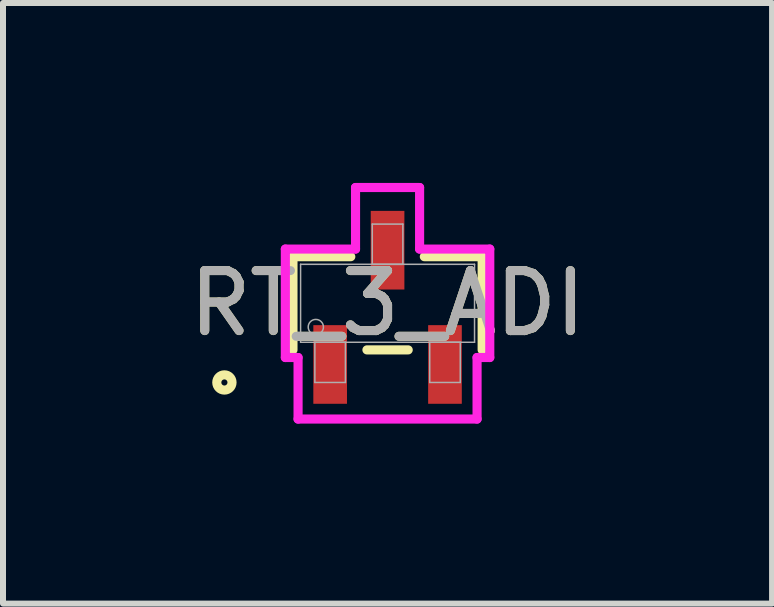
<source format=kicad_pcb>
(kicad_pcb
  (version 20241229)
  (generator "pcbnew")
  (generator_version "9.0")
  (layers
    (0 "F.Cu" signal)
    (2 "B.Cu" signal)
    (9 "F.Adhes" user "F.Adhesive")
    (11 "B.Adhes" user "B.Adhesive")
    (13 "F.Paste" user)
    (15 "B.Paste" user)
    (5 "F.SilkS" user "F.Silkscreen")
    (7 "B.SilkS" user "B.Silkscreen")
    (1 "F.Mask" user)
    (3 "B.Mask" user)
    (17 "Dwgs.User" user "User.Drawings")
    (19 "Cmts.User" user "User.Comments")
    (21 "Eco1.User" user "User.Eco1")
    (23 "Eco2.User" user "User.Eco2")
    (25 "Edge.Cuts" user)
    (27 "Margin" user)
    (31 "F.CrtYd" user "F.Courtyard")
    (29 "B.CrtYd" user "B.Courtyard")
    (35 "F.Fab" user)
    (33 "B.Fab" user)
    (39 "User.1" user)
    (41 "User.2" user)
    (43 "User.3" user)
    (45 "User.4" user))
  (footprint "RT_3_ADI"
    (layer "F.Cu")
    (at 3.411 2.006)
    (property "Reference" "RT_3_ADI" (at 0 0 0) (unlocked yes) (layer "F.SilkS") (effects (font (size 1 1) (thickness 0.15))))
    (attr smd)
    (fp_line (start -1.577 -0.777) (end -1.577 0.777) (stroke (width 0.152) (type solid)) (layer "F.SilkS"))
    (fp_line (start -0.613 -0.777) (end -1.577 -0.777) (stroke (width 0.152) (type solid)) (layer "F.SilkS"))
    (fp_line (start -0.344 0.777) (end 0.344 0.777) (stroke (width 0.152) (type solid)) (layer "F.SilkS"))
    (fp_line (start 1.577 -0.777) (end 0.613 -0.777) (stroke (width 0.152) (type solid)) (layer "F.SilkS"))
    (fp_line (start 1.577 0.777) (end 1.577 -0.777) (stroke (width 0.152) (type solid)) (layer "F.SilkS"))
    (fp_circle (center -2.72 1.32) (end -2.593 1.32) (stroke (width 0.152) (type solid)) (fill no) (layer "F.SilkS"))
    (fp_line (start -1.704 -0.904) (end -0.534 -0.904) (stroke (width 0.152) (type solid)) (layer "F.CrtYd"))
    (fp_line (start -1.704 0.904) (end -1.704 -0.904) (stroke (width 0.152) (type solid)) (layer "F.CrtYd"))
    (fp_line (start -1.704 0.904) (end -1.492 0.904) (stroke (width 0.152) (type solid)) (layer "F.CrtYd"))
    (fp_line (start -1.492 0.904) (end -1.492 1.93) (stroke (width 0.152) (type solid)) (layer "F.CrtYd"))
    (fp_line (start -1.492 1.93) (end 1.492 1.93) (stroke (width 0.152) (type solid)) (layer "F.CrtYd"))
    (fp_line (start -0.534 -1.93) (end 0.534 -1.93) (stroke (width 0.152) (type solid)) (layer "F.CrtYd"))
    (fp_line (start -0.534 -0.904) (end -0.534 -1.93) (stroke (width 0.152) (type solid)) (layer "F.CrtYd"))
    (fp_line (start 0.534 -0.904) (end 0.534 -1.93) (stroke (width 0.152) (type solid)) (layer "F.CrtYd"))
    (fp_line (start 1.492 0.904) (end 1.492 1.93) (stroke (width 0.152) (type solid)) (layer "F.CrtYd"))
    (fp_line (start 1.704 -0.904) (end 0.534 -0.904) (stroke (width 0.152) (type solid)) (layer "F.CrtYd"))
    (fp_line (start 1.704 -0.904) (end 1.704 0.904) (stroke (width 0.152) (type solid)) (layer "F.CrtYd"))
    (fp_line (start 1.704 0.904) (end 1.492 0.904) (stroke (width 0.152) (type solid)) (layer "F.CrtYd"))
    (fp_line (start -1.45 -0.65) (end -1.45 0.65) (stroke (width 0.025) (type solid)) (layer "F.Fab"))
    (fp_line (start -1.45 0.65) (end 1.45 0.65) (stroke (width 0.025) (type solid)) (layer "F.Fab"))
    (fp_line (start -1.212 0.65) (end -1.212 1.32) (stroke (width 0.025) (type solid)) (layer "F.Fab"))
    (fp_line (start -1.212 1.32) (end -0.703 1.32) (stroke (width 0.025) (type solid)) (layer "F.Fab"))
    (fp_line (start -0.703 0.65) (end -1.212 0.65) (stroke (width 0.025) (type solid)) (layer "F.Fab"))
    (fp_line (start -0.703 1.32) (end -0.703 0.65) (stroke (width 0.025) (type solid)) (layer "F.Fab"))
    (fp_line (start -0.255 -1.32) (end -0.255 -0.65) (stroke (width 0.025) (type solid)) (layer "F.Fab"))
    (fp_line (start -0.255 -0.65) (end 0.255 -0.65) (stroke (width 0.025) (type solid)) (layer "F.Fab"))
    (fp_line (start 0.255 -1.32) (end -0.255 -1.32) (stroke (width 0.025) (type solid)) (layer "F.Fab"))
    (fp_line (start 0.255 -0.65) (end 0.255 -1.32) (stroke (width 0.025) (type solid)) (layer "F.Fab"))
    (fp_line (start 0.703 0.65) (end 0.703 1.32) (stroke (width 0.025) (type solid)) (layer "F.Fab"))
    (fp_line (start 0.703 1.32) (end 1.212 1.32) (stroke (width 0.025) (type solid)) (layer "F.Fab"))
    (fp_line (start 1.212 0.65) (end 0.703 0.65) (stroke (width 0.025) (type solid)) (layer "F.Fab"))
    (fp_line (start 1.212 1.32) (end 1.212 0.65) (stroke (width 0.025) (type solid)) (layer "F.Fab"))
    (fp_line (start 1.45 -0.65) (end -1.45 -0.65) (stroke (width 0.025) (type solid)) (layer "F.Fab"))
    (fp_line (start 1.45 0.65) (end 1.45 -0.65) (stroke (width 0.025) (type solid)) (layer "F.Fab"))
    (fp_circle (center -1.196 0.396) (end -1.069 0.396) (stroke (width 0.025) (type solid)) (fill no) (layer "F.Fab"))
    (fp_text user "${REFERENCE}" (at 0 0 0) (unlocked yes) (layer "F.Fab") (effects (font (size 1 1) (thickness 0.15))))
    (pad "1" smd rect (at -0.957 1.02) (size 0.561 1.311) (layers "F.Cu" "F.Mask" "F.Paste"))
    (pad "2" smd rect (at 0.957 1.02) (size 0.561 1.311) (layers "F.Cu" "F.Mask" "F.Paste"))
    (pad "3" smd rect (at 0 -0.885) (size 0.561 1.311) (layers "F.Cu" "F.Mask" "F.Paste")))
  (gr_rect
    (start -3 -3)
    (end 9.821 7.012)
    (stroke (width 0.1) (type default))
    (fill no)
    (layer "Edge.Cuts")))
</source>
